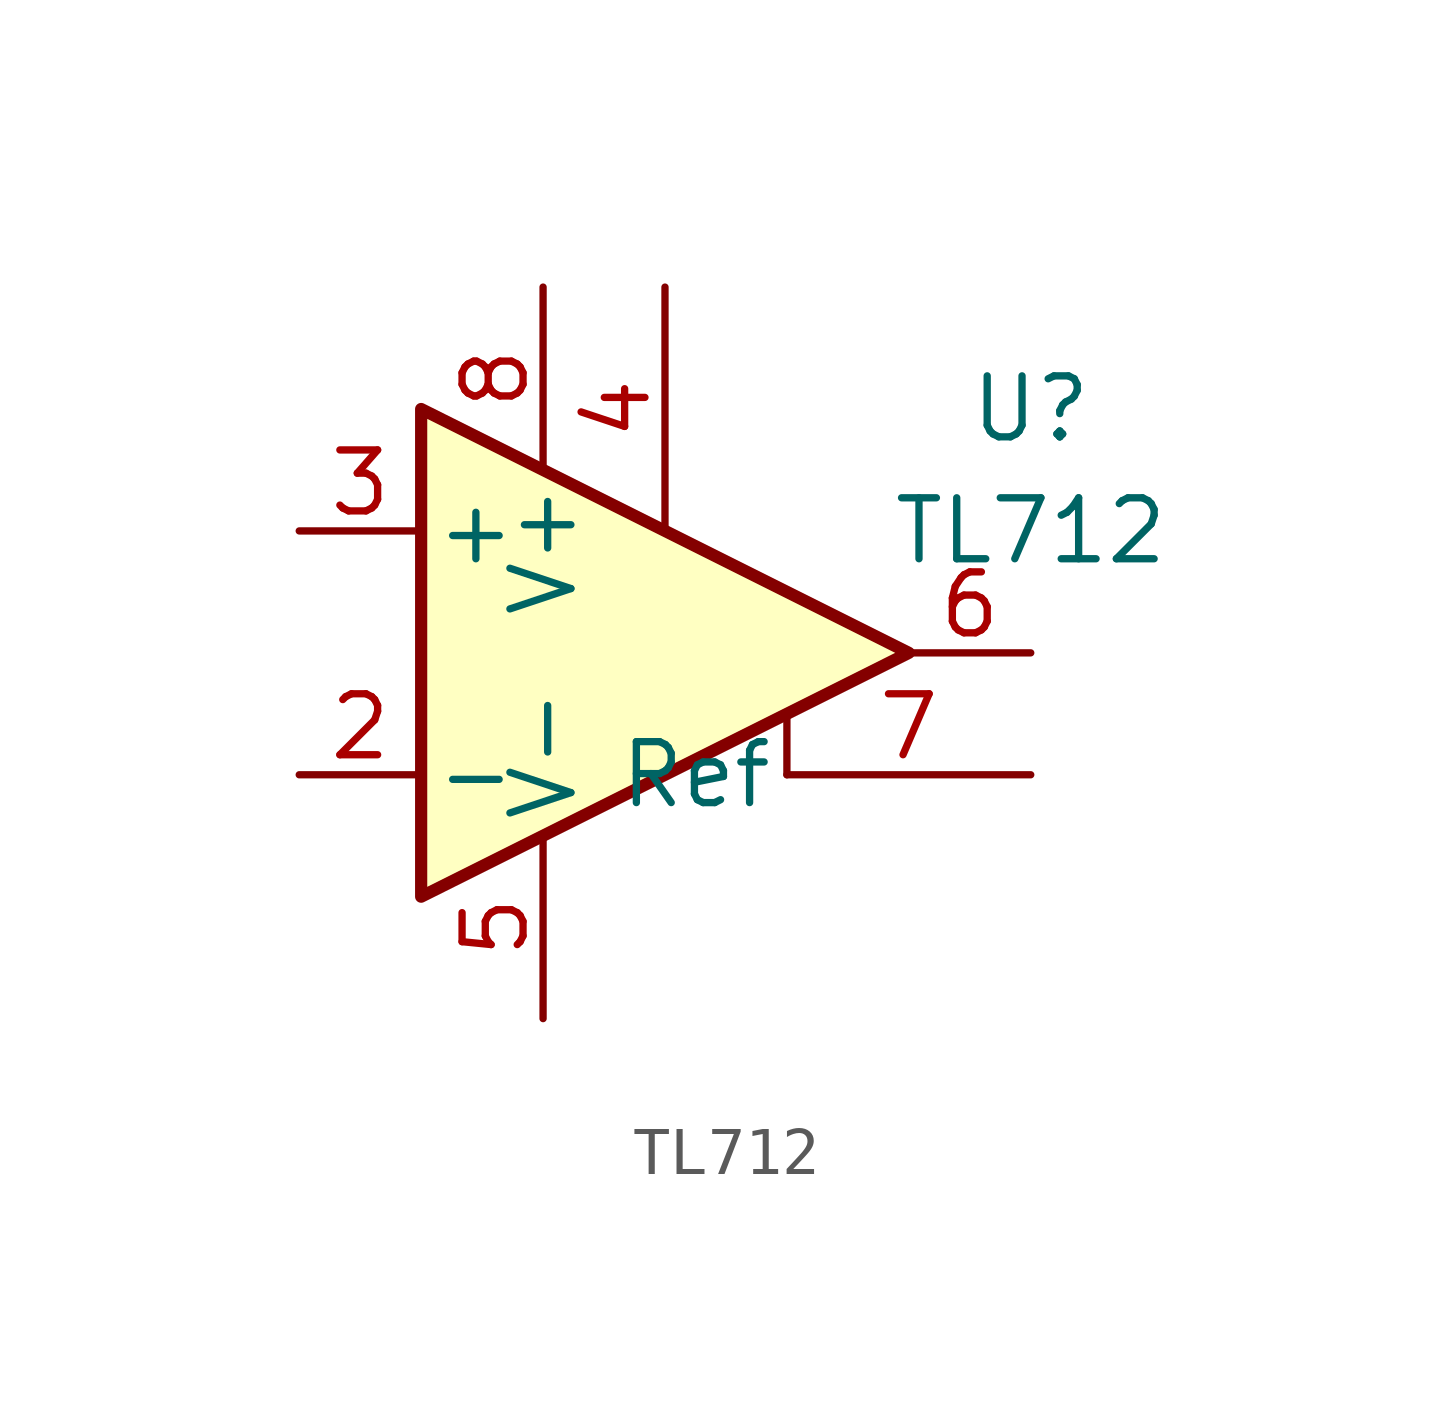
<source format=kicad_sym>
(kicad_symbol_lib
  (version 20220914)
  (generator kicad_symbol_editor)
  (symbol "TL712"
    (pin_names
      (offset 0.254))
    (property "Reference" "U"
      (at 7.62 5.08 0)
      (effects (font (size 1.27 1.27))))
    (property "Value" "TL712"
      (at 7.62 2.54 0)
      (effects (font (size 1.27 1.27))))
    (symbol "TL712_0_1"
      (polyline (pts (xy 2.54 -2.54) (xy 2.54 -1.27)) (stroke (width 0) (type default)) (fill (type none)))
      (polyline (pts (xy -5.08 5.08) (xy 5.08 0) (xy -5.08 -5.08) (xy -5.08 5.08)) (stroke (width 0.254) (type default)) (fill (type background))))
    (symbol "TL712_1_1"
      (pin input line (at -7.62 -2.54 0) (length 2.54) (name "-" (effects (font (size 1.27 1.27)))) (number "2" (effects (font (size 1.27 1.27)))))
      (pin input line (at -7.62 2.54 0) (length 2.54) (name "+" (effects (font (size 1.27 1.27)))) (number "3" (effects (font (size 1.27 1.27)))))
      (pin input line (at 0 7.62 270) (length 5.08) (name "~" (effects (font (size 1.27 1.27)))) (number "4" (effects (font (size 1.27 1.27)))))
      (pin power_in line (at -2.54 -7.62 90) (length 3.81) (name "V-" (effects (font (size 1.27 1.27)))) (number "5" (effects (font (size 1.27 1.27)))))
      (pin output line (at 7.62 0 180) (length 2.54) (name "~" (effects (font (size 1.27 1.27)))) (number "6" (effects (font (size 1.27 1.27)))))
      (pin output line (at 7.62 -2.54 180) (length 5.08) (name "Ref" (effects (font (size 1.27 1.27)))) (number "7" (effects (font (size 1.27 1.27)))))
      (pin power_in line (at -2.54 7.62 270) (length 3.81) (name "V+" (effects (font (size 1.27 1.27)))) (number "8" (effects (font (size 1.27 1.27))))))))
</source>
